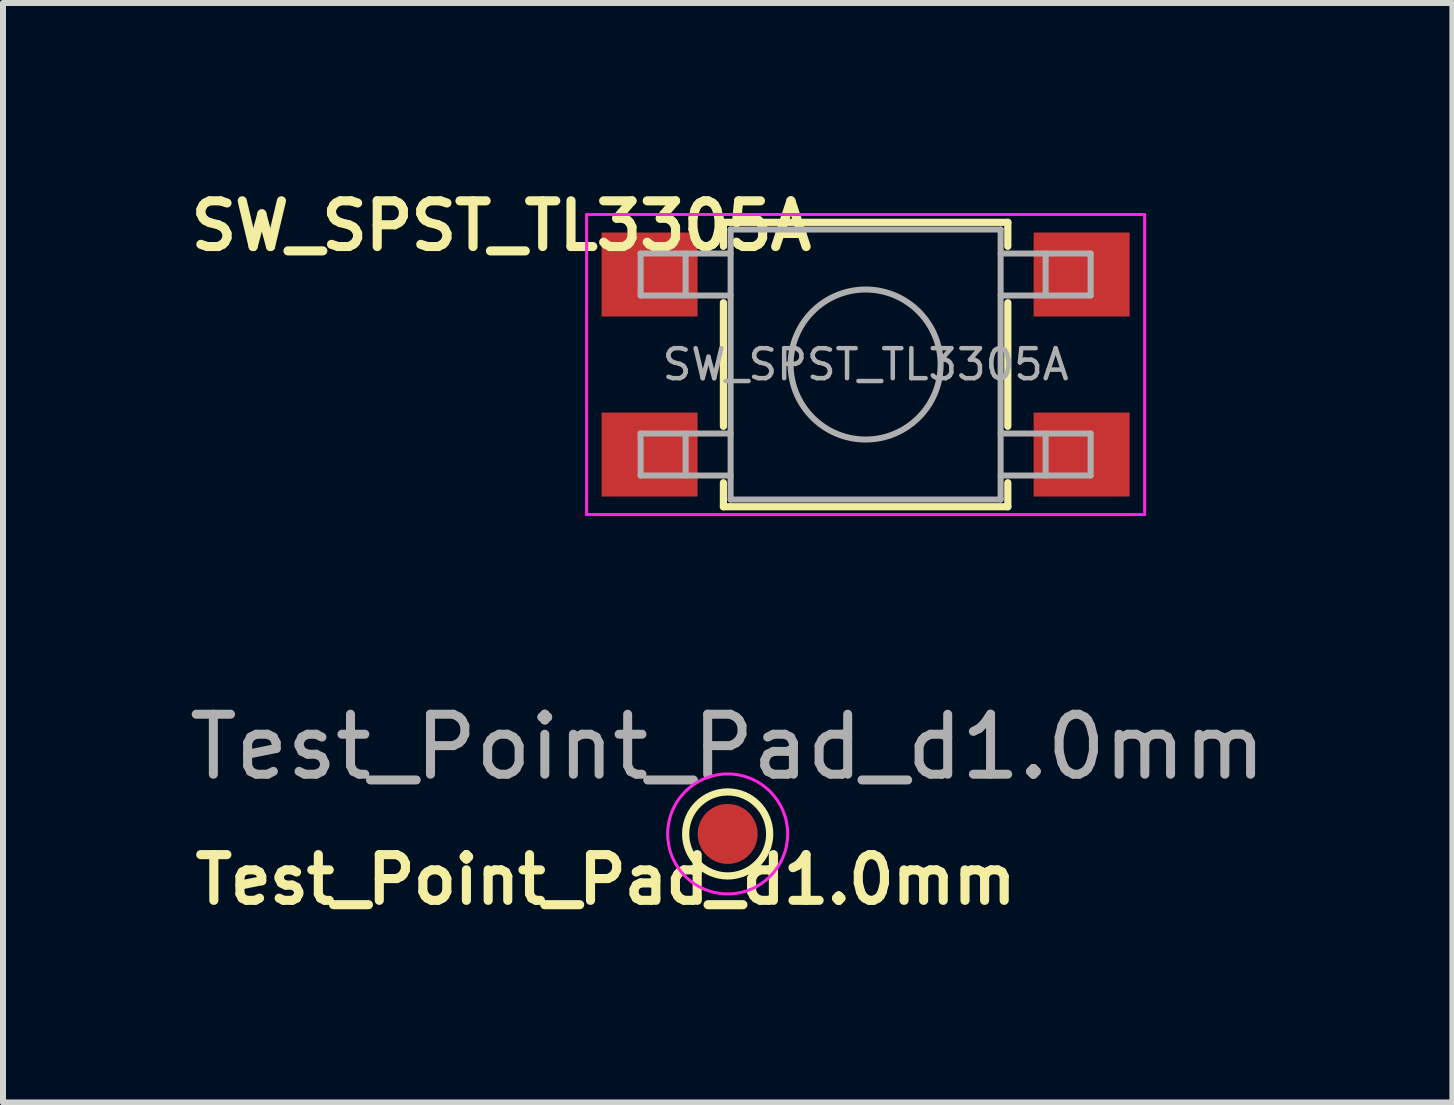
<source format=kicad_pcb>
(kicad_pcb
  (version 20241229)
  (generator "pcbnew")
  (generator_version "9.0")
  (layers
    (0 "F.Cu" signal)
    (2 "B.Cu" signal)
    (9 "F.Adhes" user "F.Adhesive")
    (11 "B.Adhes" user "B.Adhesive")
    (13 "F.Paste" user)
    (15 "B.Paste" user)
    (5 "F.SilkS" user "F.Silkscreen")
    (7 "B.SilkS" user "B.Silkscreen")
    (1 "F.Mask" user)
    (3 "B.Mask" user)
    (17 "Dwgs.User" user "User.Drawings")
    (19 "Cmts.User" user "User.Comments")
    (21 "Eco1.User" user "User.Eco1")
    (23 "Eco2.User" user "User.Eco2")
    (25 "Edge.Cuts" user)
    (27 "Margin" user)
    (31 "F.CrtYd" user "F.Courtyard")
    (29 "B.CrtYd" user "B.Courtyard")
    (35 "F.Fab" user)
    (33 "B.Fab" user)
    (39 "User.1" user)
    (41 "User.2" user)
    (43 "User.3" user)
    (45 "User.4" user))
  (footprint "Test_Point_Pad_d1.0mm"
    (layer "F.Cu")
    (at 9.077 10.848)
    (property "Reference" "Test_Point_Pad_d1.0mm" (at -2.032 0.762 0) (layer "F.SilkS") (effects (font (size 0.762 0.762) (thickness 0.152))))
    (attr exclude_from_pos_files exclude_from_bom)
    (fp_circle (center 0 0) (end 0 0.7) (stroke (width 0.12) (type solid)) (fill no) (layer "F.SilkS"))
    (fp_circle (center 0 0) (end 1 0) (stroke (width 0.05) (type solid)) (fill no) (layer "F.CrtYd"))
    (fp_text user "${REFERENCE}" (at 0 -1.45 0) (layer "F.Fab") (effects (font (size 1 1) (thickness 0.15))))
    (pad "1" smd circle (at 0 0) (size 1 1) (layers "F.Cu" "F.Mask")))
  (footprint "SW_SPST_TL3305A"
    (layer "F.Cu")
    (at 11.376 3.025)
    (property "Reference" "SW_SPST_TL3305A" (at -6.071 -2.311 180) (layer "F.SilkS") (effects (font (size 0.762 0.762) (thickness 0.152))))
    (attr smd)
    (fp_line (start -2.37 -2.37) (end -2.37 -1.97) (stroke (width 0.12) (type solid)) (layer "F.SilkS"))
    (fp_line (start -2.37 -2.37) (end 2.37 -2.37) (stroke (width 0.12) (type solid)) (layer "F.SilkS"))
    (fp_line (start -2.37 1.03) (end -2.37 -1.03) (stroke (width 0.12) (type solid)) (layer "F.SilkS"))
    (fp_line (start -2.37 2.37) (end -2.37 1.97) (stroke (width 0.12) (type solid)) (layer "F.SilkS"))
    (fp_line (start -2.37 2.37) (end 2.37 2.37) (stroke (width 0.12) (type solid)) (layer "F.SilkS"))
    (fp_line (start 2.37 -2.37) (end 2.37 -1.97) (stroke (width 0.12) (type solid)) (layer "F.SilkS"))
    (fp_line (start 2.37 1.03) (end 2.37 -1.03) (stroke (width 0.12) (type solid)) (layer "F.SilkS"))
    (fp_line (start 2.37 2.37) (end 2.37 1.97) (stroke (width 0.12) (type solid)) (layer "F.SilkS"))
    (fp_line (start -4.65 -2.5) (end 4.65 -2.5) (stroke (width 0.05) (type solid)) (layer "F.CrtYd"))
    (fp_line (start -4.65 2.5) (end -4.65 -2.5) (stroke (width 0.05) (type solid)) (layer "F.CrtYd"))
    (fp_line (start 4.65 -2.5) (end 4.65 2.5) (stroke (width 0.05) (type solid)) (layer "F.CrtYd"))
    (fp_line (start 4.65 2.5) (end -4.65 2.5) (stroke (width 0.05) (type solid)) (layer "F.CrtYd"))
    (fp_line (start -3.75 -1.85) (end -3.75 -1.15) (stroke (width 0.1) (type solid)) (layer "F.Fab"))
    (fp_line (start -3.75 -1.15) (end -2.25 -1.15) (stroke (width 0.1) (type solid)) (layer "F.Fab"))
    (fp_line (start -3.75 1.15) (end -3.75 1.85) (stroke (width 0.1) (type solid)) (layer "F.Fab"))
    (fp_line (start -3.75 1.85) (end -2.25 1.85) (stroke (width 0.1) (type solid)) (layer "F.Fab"))
    (fp_line (start -3 -1.85) (end -3 -1.15) (stroke (width 0.1) (type solid)) (layer "F.Fab"))
    (fp_line (start -3 1.15) (end -3 1.85) (stroke (width 0.1) (type solid)) (layer "F.Fab"))
    (fp_line (start -2.25 -2.25) (end 2.25 -2.25) (stroke (width 0.1) (type solid)) (layer "F.Fab"))
    (fp_line (start -2.25 -1.85) (end -3.75 -1.85) (stroke (width 0.1) (type solid)) (layer "F.Fab"))
    (fp_line (start -2.25 1.15) (end -3.75 1.15) (stroke (width 0.1) (type solid)) (layer "F.Fab"))
    (fp_line (start -2.25 2.25) (end -2.25 -2.25) (stroke (width 0.1) (type solid)) (layer "F.Fab"))
    (fp_line (start 2.25 -2.25) (end 2.25 2.25) (stroke (width 0.1) (type solid)) (layer "F.Fab"))
    (fp_line (start 2.25 -1.15) (end 3.75 -1.15) (stroke (width 0.1) (type solid)) (layer "F.Fab"))
    (fp_line (start 2.25 1.15) (end 3.75 1.15) (stroke (width 0.1) (type solid)) (layer "F.Fab"))
    (fp_line (start 2.25 2.25) (end -2.25 2.25) (stroke (width 0.1) (type solid)) (layer "F.Fab"))
    (fp_line (start 3 -1.85) (end 3 -1.15) (stroke (width 0.1) (type solid)) (layer "F.Fab"))
    (fp_line (start 3 1.15) (end 3 1.85) (stroke (width 0.1) (type solid)) (layer "F.Fab"))
    (fp_line (start 3.75 -1.85) (end 2.25 -1.85) (stroke (width 0.1) (type solid)) (layer "F.Fab"))
    (fp_line (start 3.75 -1.15) (end 3.75 -1.85) (stroke (width 0.1) (type solid)) (layer "F.Fab"))
    (fp_line (start 3.75 1.15) (end 3.75 1.85) (stroke (width 0.1) (type solid)) (layer "F.Fab"))
    (fp_line (start 3.75 1.85) (end 2.25 1.85) (stroke (width 0.1) (type solid)) (layer "F.Fab"))
    (fp_circle (center 0 0) (end 1.25 0) (stroke (width 0.1) (type solid)) (fill no) (layer "F.Fab"))
    (fp_text user "${REFERENCE}" (at 0 0 180) (layer "F.Fab") (effects (font (size 0.5 0.5) (thickness 0.075))))
    (pad "1" smd rect (at -3.6 -1.5) (size 1.6 1.4) (layers "F.Cu" "F.Mask" "F.Paste"))
    (pad "1" smd rect (at 3.6 -1.5) (size 1.6 1.4) (layers "F.Cu" "F.Mask" "F.Paste"))
    (pad "2" smd rect (at -3.6 1.5) (size 1.6 1.4) (layers "F.Cu" "F.Mask" "F.Paste"))
    (pad "2" smd rect (at 3.6 1.5) (size 1.6 1.4) (layers "F.Cu" "F.Mask" "F.Paste")))
  (gr_rect
    (start -3 -3)
    (end 21.155 15.323)
    (stroke (width 0.1) (type default))
    (fill no)
    (layer "Edge.Cuts")))
</source>
